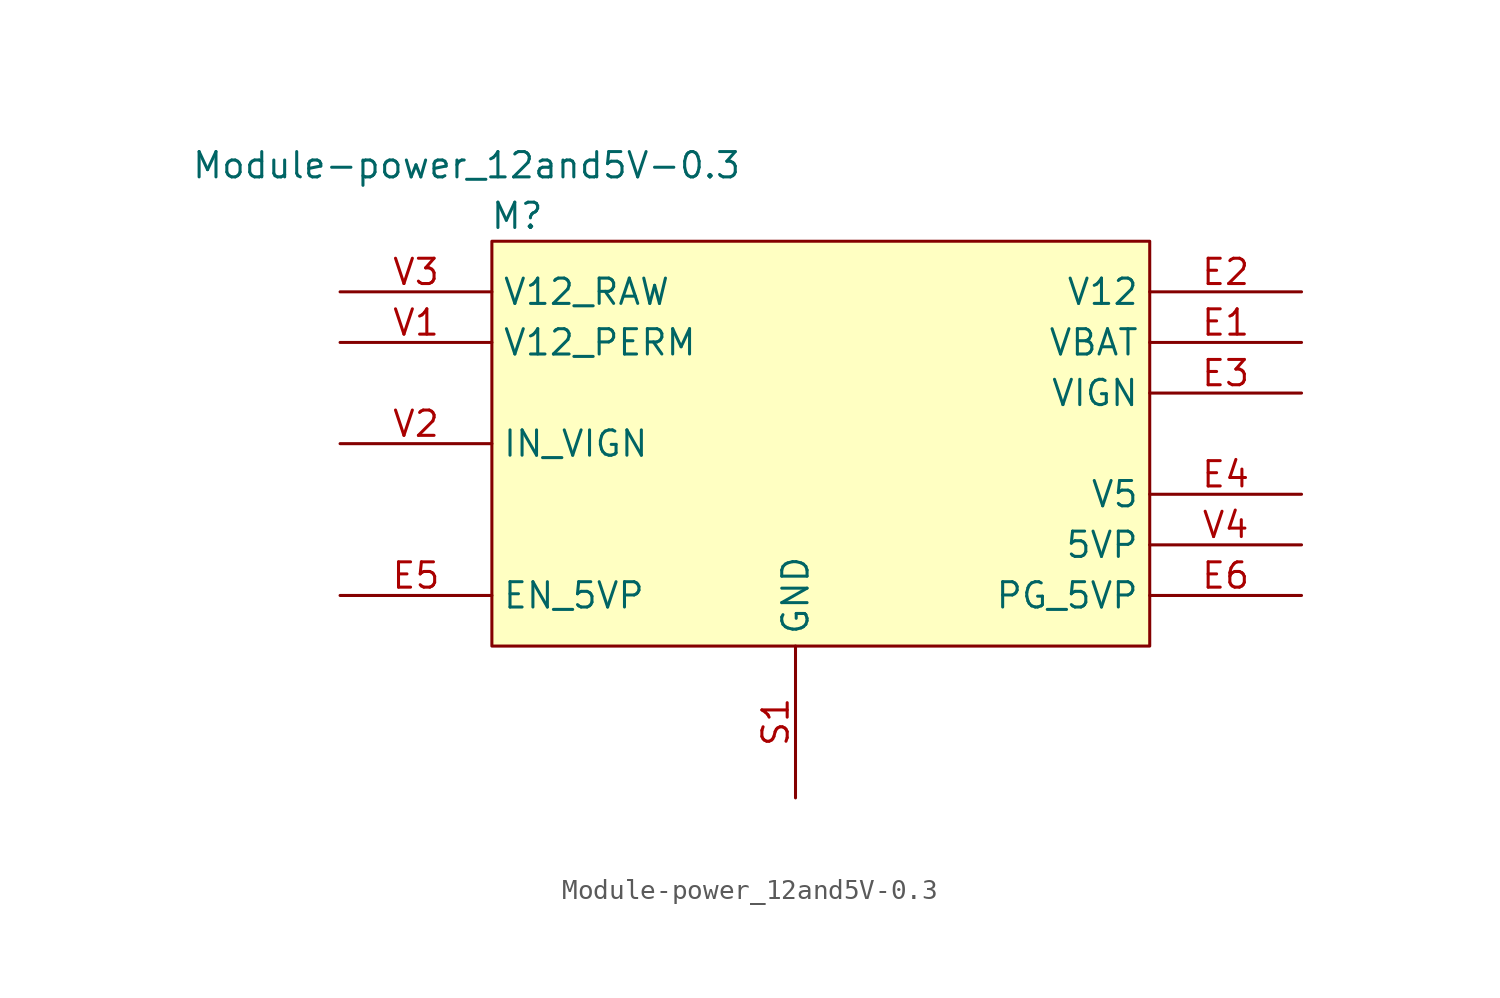
<source format=kicad_sym>
(kicad_symbol_lib
  (version 20211014)
  (generator kicad_symbol_editor)
  (symbol "Module-power_12and5V-0.3"
    (property "Reference" "M"
      (at 1.27 1.27 0)
      (effects (font (size 1.27 1.27))))
    (property "Value" "Module-power_12and5V-0.3"
      (at -1.27 3.81 0)
      (effects (font (size 1.27 1.27))))
    (symbol "Module-power_12and5V-0.3_1_0"
      (rectangle (start 33.02 0) (end 0 -20.32) (stroke (width 0) (type default) (color 0 0 0 0)) (fill (type background)))
      (pin passive line (at 40.64 -5.08 180) (length 7.62) (name "VBAT" (effects (font (size 1.27 1.27)))) (number "E1" (effects (font (size 1.27 1.27)))))
      (pin passive line (at 40.64 -2.54 180) (length 7.62) (name "V12" (effects (font (size 1.27 1.27)))) (number "E2" (effects (font (size 1.27 1.27)))))
      (pin passive line (at 40.64 -7.62 180) (length 7.62) (name "VIGN" (effects (font (size 1.27 1.27)))) (number "E3" (effects (font (size 1.27 1.27)))))
      (pin passive line (at 40.64 -12.7 180) (length 7.62) (name "V5" (effects (font (size 1.27 1.27)))) (number "E4" (effects (font (size 1.27 1.27)))))
      (pin passive line (at -7.62 -17.78 0) (length 7.62) (name "EN_5VP" (effects (font (size 1.27 1.27)))) (number "E5" (effects (font (size 1.27 1.27)))))
      (pin passive line (at 40.64 -17.78 180) (length 7.62) (name "PG_5VP" (effects (font (size 1.27 1.27)))) (number "E6" (effects (font (size 1.27 1.27)))))
      (pin passive line (at 15.24 -27.94 90) (length 7.62) (name "GND" (effects (font (size 1.27 1.27)))) (number "S1" (effects (font (size 1.27 1.27)))))
      (pin passive line (at -7.62 -5.08 0) (length 7.62) (name "V12_PERM" (effects (font (size 1.27 1.27)))) (number "V1" (effects (font (size 1.27 1.27)))))
      (pin passive line (at -7.62 -10.16 0) (length 7.62) (name "IN_VIGN" (effects (font (size 1.27 1.27)))) (number "V2" (effects (font (size 1.27 1.27)))))
      (pin passive line (at -7.62 -2.54 0) (length 7.62) (name "V12_RAW" (effects (font (size 1.27 1.27)))) (number "V3" (effects (font (size 1.27 1.27)))))
      (pin passive line (at 40.64 -15.24 180) (length 7.62) (name "5VP" (effects (font (size 1.27 1.27)))) (number "V4" (effects (font (size 1.27 1.27))))))))
</source>
